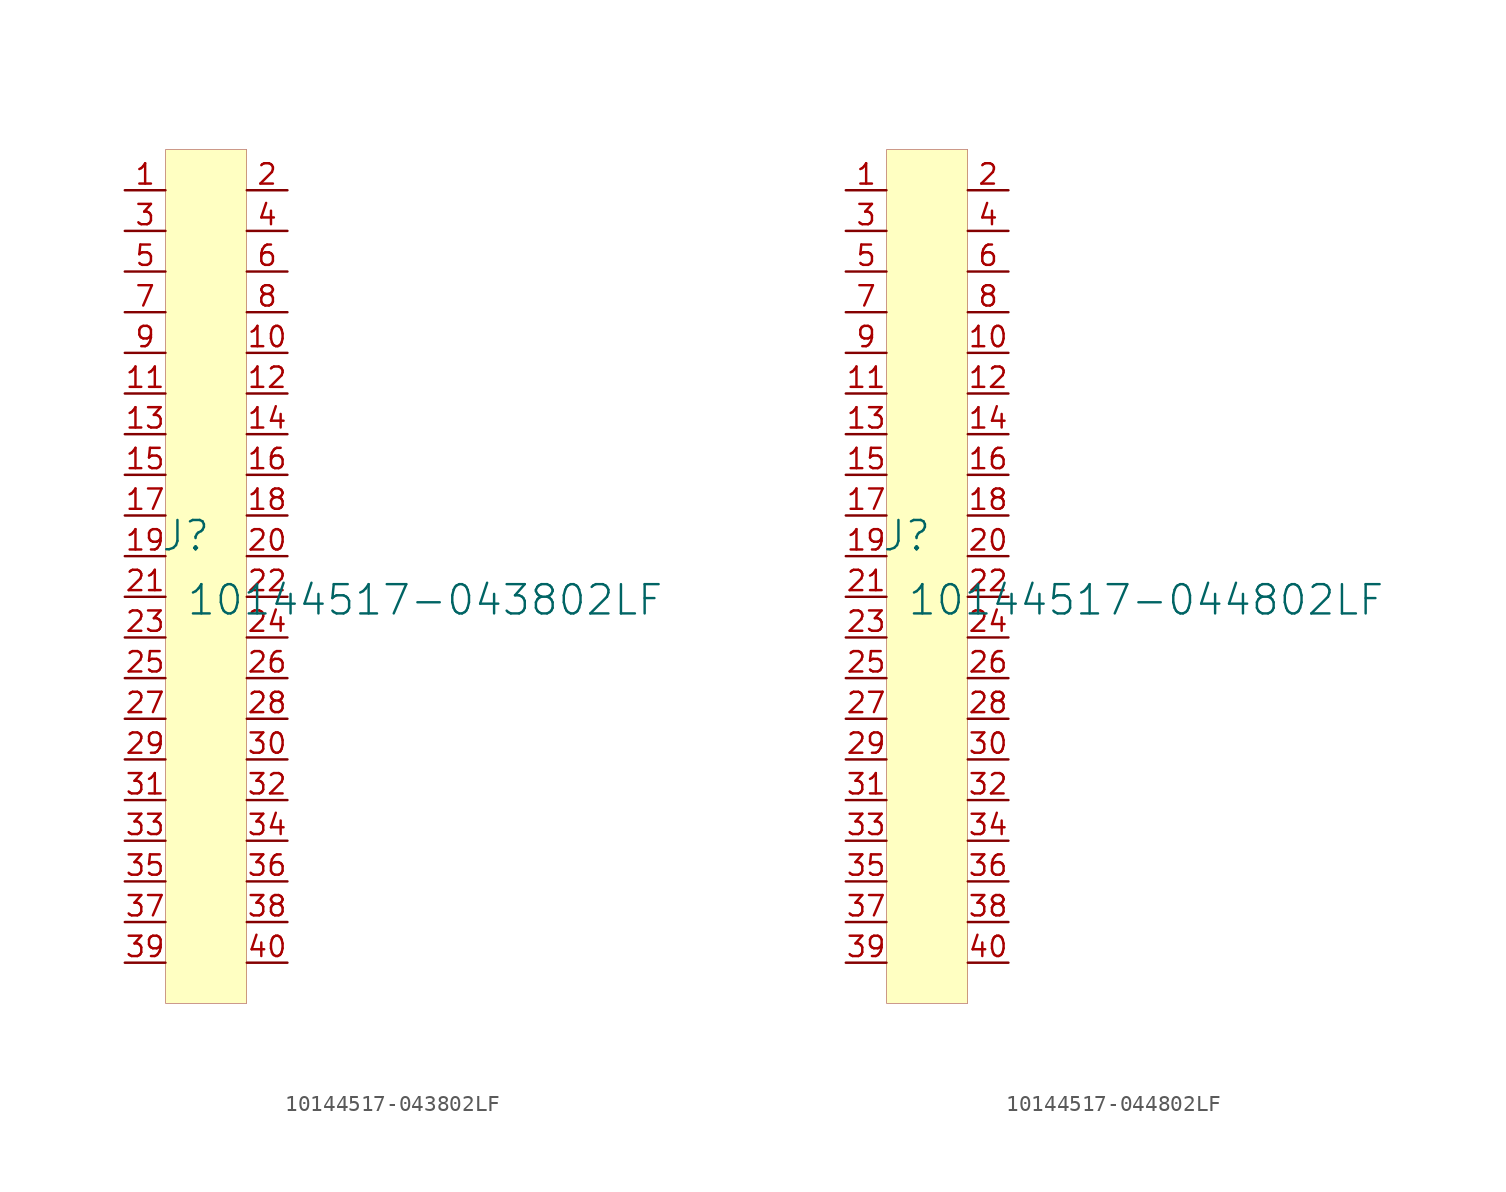
<source format=kicad_sym>
(kicad_symbol_lib
  (version 20231120)
  (generator "kicad_symbol_editor")
  (generator_version "8.0")
  (symbol "10144517-043802LF"
    (property "Reference" "J"
      (at -1.27 1.27 0)
      (effects (font (size 1.829 1.829))))
    (property "Value" "10144517-043802LF"
      (at -1.27 -3.81 0)
      (effects (font (size 1.829 1.829)) (justify left bottom)))
    (symbol "10144517-043802LF_1_0"
      (rectangle (start 2.54 25.4) (end -2.54 -27.94) (stroke (width 0.025) (type solid) (color 128 0 0 1)) (fill (type background)))
      (pin passive line (at -5.08 22.86 0) (length 2.54) (name "" (effects (font (size 1.27 1.27)))) (number "1" (effects (font (size 1.27 1.27)))))
      (pin passive line (at 5.08 12.7 180) (length 2.54) (name "" (effects (font (size 1.27 1.27)))) (number "10" (effects (font (size 1.27 1.27)))))
      (pin passive line (at -5.08 10.16 0) (length 2.54) (name "" (effects (font (size 1.27 1.27)))) (number "11" (effects (font (size 1.27 1.27)))))
      (pin passive line (at 5.08 10.16 180) (length 2.54) (name "" (effects (font (size 1.27 1.27)))) (number "12" (effects (font (size 1.27 1.27)))))
      (pin passive line (at -5.08 7.62 0) (length 2.54) (name "" (effects (font (size 1.27 1.27)))) (number "13" (effects (font (size 1.27 1.27)))))
      (pin passive line (at 5.08 7.62 180) (length 2.54) (name "" (effects (font (size 1.27 1.27)))) (number "14" (effects (font (size 1.27 1.27)))))
      (pin passive line (at -5.08 5.08 0) (length 2.54) (name "" (effects (font (size 1.27 1.27)))) (number "15" (effects (font (size 1.27 1.27)))))
      (pin passive line (at 5.08 5.08 180) (length 2.54) (name "" (effects (font (size 1.27 1.27)))) (number "16" (effects (font (size 1.27 1.27)))))
      (pin passive line (at -5.08 2.54 0) (length 2.54) (name "" (effects (font (size 1.27 1.27)))) (number "17" (effects (font (size 1.27 1.27)))))
      (pin passive line (at 5.08 2.54 180) (length 2.54) (name "" (effects (font (size 1.27 1.27)))) (number "18" (effects (font (size 1.27 1.27)))))
      (pin passive line (at -5.08 0 0) (length 2.54) (name "" (effects (font (size 1.27 1.27)))) (number "19" (effects (font (size 1.27 1.27)))))
      (pin passive line (at 5.08 22.86 180) (length 2.54) (name "" (effects (font (size 1.27 1.27)))) (number "2" (effects (font (size 1.27 1.27)))))
      (pin passive line (at 5.08 0 180) (length 2.54) (name "" (effects (font (size 1.27 1.27)))) (number "20" (effects (font (size 1.27 1.27)))))
      (pin passive line (at -5.08 -2.54 0) (length 2.54) (name "" (effects (font (size 1.27 1.27)))) (number "21" (effects (font (size 1.27 1.27)))))
      (pin passive line (at 5.08 -2.54 180) (length 2.54) (name "" (effects (font (size 1.27 1.27)))) (number "22" (effects (font (size 1.27 1.27)))))
      (pin passive line (at -5.08 -5.08 0) (length 2.54) (name "" (effects (font (size 1.27 1.27)))) (number "23" (effects (font (size 1.27 1.27)))))
      (pin passive line (at 5.08 -5.08 180) (length 2.54) (name "" (effects (font (size 1.27 1.27)))) (number "24" (effects (font (size 1.27 1.27)))))
      (pin passive line (at -5.08 -7.62 0) (length 2.54) (name "" (effects (font (size 1.27 1.27)))) (number "25" (effects (font (size 1.27 1.27)))))
      (pin passive line (at 5.08 -7.62 180) (length 2.54) (name "" (effects (font (size 1.27 1.27)))) (number "26" (effects (font (size 1.27 1.27)))))
      (pin passive line (at -5.08 -10.16 0) (length 2.54) (name "" (effects (font (size 1.27 1.27)))) (number "27" (effects (font (size 1.27 1.27)))))
      (pin passive line (at 5.08 -10.16 180) (length 2.54) (name "" (effects (font (size 1.27 1.27)))) (number "28" (effects (font (size 1.27 1.27)))))
      (pin passive line (at -5.08 -12.7 0) (length 2.54) (name "" (effects (font (size 1.27 1.27)))) (number "29" (effects (font (size 1.27 1.27)))))
      (pin passive line (at -5.08 20.32 0) (length 2.54) (name "" (effects (font (size 1.27 1.27)))) (number "3" (effects (font (size 1.27 1.27)))))
      (pin passive line (at 5.08 -12.7 180) (length 2.54) (name "" (effects (font (size 1.27 1.27)))) (number "30" (effects (font (size 1.27 1.27)))))
      (pin passive line (at -5.08 -15.24 0) (length 2.54) (name "" (effects (font (size 1.27 1.27)))) (number "31" (effects (font (size 1.27 1.27)))))
      (pin passive line (at 5.08 -15.24 180) (length 2.54) (name "" (effects (font (size 1.27 1.27)))) (number "32" (effects (font (size 1.27 1.27)))))
      (pin passive line (at -5.08 -17.78 0) (length 2.54) (name "" (effects (font (size 1.27 1.27)))) (number "33" (effects (font (size 1.27 1.27)))))
      (pin passive line (at 5.08 -17.78 180) (length 2.54) (name "" (effects (font (size 1.27 1.27)))) (number "34" (effects (font (size 1.27 1.27)))))
      (pin passive line (at -5.08 -20.32 0) (length 2.54) (name "" (effects (font (size 1.27 1.27)))) (number "35" (effects (font (size 1.27 1.27)))))
      (pin passive line (at 5.08 -20.32 180) (length 2.54) (name "" (effects (font (size 1.27 1.27)))) (number "36" (effects (font (size 1.27 1.27)))))
      (pin passive line (at -5.08 -22.86 0) (length 2.54) (name "" (effects (font (size 1.27 1.27)))) (number "37" (effects (font (size 1.27 1.27)))))
      (pin passive line (at 5.08 -22.86 180) (length 2.54) (name "" (effects (font (size 1.27 1.27)))) (number "38" (effects (font (size 1.27 1.27)))))
      (pin passive line (at -5.08 -25.4 0) (length 2.54) (name "" (effects (font (size 1.27 1.27)))) (number "39" (effects (font (size 1.27 1.27)))))
      (pin passive line (at 5.08 20.32 180) (length 2.54) (name "" (effects (font (size 1.27 1.27)))) (number "4" (effects (font (size 1.27 1.27)))))
      (pin passive line (at 5.08 -25.4 180) (length 2.54) (name "" (effects (font (size 1.27 1.27)))) (number "40" (effects (font (size 1.27 1.27)))))
      (pin passive line (at -5.08 17.78 0) (length 2.54) (name "" (effects (font (size 1.27 1.27)))) (number "5" (effects (font (size 1.27 1.27)))))
      (pin passive line (at 5.08 17.78 180) (length 2.54) (name "" (effects (font (size 1.27 1.27)))) (number "6" (effects (font (size 1.27 1.27)))))
      (pin passive line (at -5.08 15.24 0) (length 2.54) (name "" (effects (font (size 1.27 1.27)))) (number "7" (effects (font (size 1.27 1.27)))))
      (pin passive line (at 5.08 15.24 180) (length 2.54) (name "" (effects (font (size 1.27 1.27)))) (number "8" (effects (font (size 1.27 1.27)))))
      (pin passive line (at -5.08 12.7 0) (length 2.54) (name "" (effects (font (size 1.27 1.27)))) (number "9" (effects (font (size 1.27 1.27)))))))
  (symbol "10144517-044802LF"
    (property "Reference" "J"
      (at -1.27 1.27 0)
      (effects (font (size 1.829 1.829))))
    (property "Value" "10144517-044802LF"
      (at -1.27 -3.81 0)
      (effects (font (size 1.829 1.829)) (justify left bottom)))
    (symbol "10144517-044802LF_1_0"
      (rectangle (start 2.54 25.4) (end -2.54 -27.94) (stroke (width 0.025) (type solid) (color 128 0 0 1)) (fill (type background)))
      (pin passive line (at -5.08 22.86 0) (length 2.54) (name "" (effects (font (size 1.27 1.27)))) (number "1" (effects (font (size 1.27 1.27)))))
      (pin passive line (at 5.08 12.7 180) (length 2.54) (name "" (effects (font (size 1.27 1.27)))) (number "10" (effects (font (size 1.27 1.27)))))
      (pin passive line (at -5.08 10.16 0) (length 2.54) (name "" (effects (font (size 1.27 1.27)))) (number "11" (effects (font (size 1.27 1.27)))))
      (pin passive line (at 5.08 10.16 180) (length 2.54) (name "" (effects (font (size 1.27 1.27)))) (number "12" (effects (font (size 1.27 1.27)))))
      (pin passive line (at -5.08 7.62 0) (length 2.54) (name "" (effects (font (size 1.27 1.27)))) (number "13" (effects (font (size 1.27 1.27)))))
      (pin passive line (at 5.08 7.62 180) (length 2.54) (name "" (effects (font (size 1.27 1.27)))) (number "14" (effects (font (size 1.27 1.27)))))
      (pin passive line (at -5.08 5.08 0) (length 2.54) (name "" (effects (font (size 1.27 1.27)))) (number "15" (effects (font (size 1.27 1.27)))))
      (pin passive line (at 5.08 5.08 180) (length 2.54) (name "" (effects (font (size 1.27 1.27)))) (number "16" (effects (font (size 1.27 1.27)))))
      (pin passive line (at -5.08 2.54 0) (length 2.54) (name "" (effects (font (size 1.27 1.27)))) (number "17" (effects (font (size 1.27 1.27)))))
      (pin passive line (at 5.08 2.54 180) (length 2.54) (name "" (effects (font (size 1.27 1.27)))) (number "18" (effects (font (size 1.27 1.27)))))
      (pin passive line (at -5.08 0 0) (length 2.54) (name "" (effects (font (size 1.27 1.27)))) (number "19" (effects (font (size 1.27 1.27)))))
      (pin passive line (at 5.08 22.86 180) (length 2.54) (name "" (effects (font (size 1.27 1.27)))) (number "2" (effects (font (size 1.27 1.27)))))
      (pin passive line (at 5.08 0 180) (length 2.54) (name "" (effects (font (size 1.27 1.27)))) (number "20" (effects (font (size 1.27 1.27)))))
      (pin passive line (at -5.08 -2.54 0) (length 2.54) (name "" (effects (font (size 1.27 1.27)))) (number "21" (effects (font (size 1.27 1.27)))))
      (pin passive line (at 5.08 -2.54 180) (length 2.54) (name "" (effects (font (size 1.27 1.27)))) (number "22" (effects (font (size 1.27 1.27)))))
      (pin passive line (at -5.08 -5.08 0) (length 2.54) (name "" (effects (font (size 1.27 1.27)))) (number "23" (effects (font (size 1.27 1.27)))))
      (pin passive line (at 5.08 -5.08 180) (length 2.54) (name "" (effects (font (size 1.27 1.27)))) (number "24" (effects (font (size 1.27 1.27)))))
      (pin passive line (at -5.08 -7.62 0) (length 2.54) (name "" (effects (font (size 1.27 1.27)))) (number "25" (effects (font (size 1.27 1.27)))))
      (pin passive line (at 5.08 -7.62 180) (length 2.54) (name "" (effects (font (size 1.27 1.27)))) (number "26" (effects (font (size 1.27 1.27)))))
      (pin passive line (at -5.08 -10.16 0) (length 2.54) (name "" (effects (font (size 1.27 1.27)))) (number "27" (effects (font (size 1.27 1.27)))))
      (pin passive line (at 5.08 -10.16 180) (length 2.54) (name "" (effects (font (size 1.27 1.27)))) (number "28" (effects (font (size 1.27 1.27)))))
      (pin passive line (at -5.08 -12.7 0) (length 2.54) (name "" (effects (font (size 1.27 1.27)))) (number "29" (effects (font (size 1.27 1.27)))))
      (pin passive line (at -5.08 20.32 0) (length 2.54) (name "" (effects (font (size 1.27 1.27)))) (number "3" (effects (font (size 1.27 1.27)))))
      (pin passive line (at 5.08 -12.7 180) (length 2.54) (name "" (effects (font (size 1.27 1.27)))) (number "30" (effects (font (size 1.27 1.27)))))
      (pin passive line (at -5.08 -15.24 0) (length 2.54) (name "" (effects (font (size 1.27 1.27)))) (number "31" (effects (font (size 1.27 1.27)))))
      (pin passive line (at 5.08 -15.24 180) (length 2.54) (name "" (effects (font (size 1.27 1.27)))) (number "32" (effects (font (size 1.27 1.27)))))
      (pin passive line (at -5.08 -17.78 0) (length 2.54) (name "" (effects (font (size 1.27 1.27)))) (number "33" (effects (font (size 1.27 1.27)))))
      (pin passive line (at 5.08 -17.78 180) (length 2.54) (name "" (effects (font (size 1.27 1.27)))) (number "34" (effects (font (size 1.27 1.27)))))
      (pin passive line (at -5.08 -20.32 0) (length 2.54) (name "" (effects (font (size 1.27 1.27)))) (number "35" (effects (font (size 1.27 1.27)))))
      (pin passive line (at 5.08 -20.32 180) (length 2.54) (name "" (effects (font (size 1.27 1.27)))) (number "36" (effects (font (size 1.27 1.27)))))
      (pin passive line (at -5.08 -22.86 0) (length 2.54) (name "" (effects (font (size 1.27 1.27)))) (number "37" (effects (font (size 1.27 1.27)))))
      (pin passive line (at 5.08 -22.86 180) (length 2.54) (name "" (effects (font (size 1.27 1.27)))) (number "38" (effects (font (size 1.27 1.27)))))
      (pin passive line (at -5.08 -25.4 0) (length 2.54) (name "" (effects (font (size 1.27 1.27)))) (number "39" (effects (font (size 1.27 1.27)))))
      (pin passive line (at 5.08 20.32 180) (length 2.54) (name "" (effects (font (size 1.27 1.27)))) (number "4" (effects (font (size 1.27 1.27)))))
      (pin passive line (at 5.08 -25.4 180) (length 2.54) (name "" (effects (font (size 1.27 1.27)))) (number "40" (effects (font (size 1.27 1.27)))))
      (pin passive line (at -5.08 17.78 0) (length 2.54) (name "" (effects (font (size 1.27 1.27)))) (number "5" (effects (font (size 1.27 1.27)))))
      (pin passive line (at 5.08 17.78 180) (length 2.54) (name "" (effects (font (size 1.27 1.27)))) (number "6" (effects (font (size 1.27 1.27)))))
      (pin passive line (at -5.08 15.24 0) (length 2.54) (name "" (effects (font (size 1.27 1.27)))) (number "7" (effects (font (size 1.27 1.27)))))
      (pin passive line (at 5.08 15.24 180) (length 2.54) (name "" (effects (font (size 1.27 1.27)))) (number "8" (effects (font (size 1.27 1.27)))))
      (pin passive line (at -5.08 12.7 0) (length 2.54) (name "" (effects (font (size 1.27 1.27)))) (number "9" (effects (font (size 1.27 1.27))))))))
</source>
